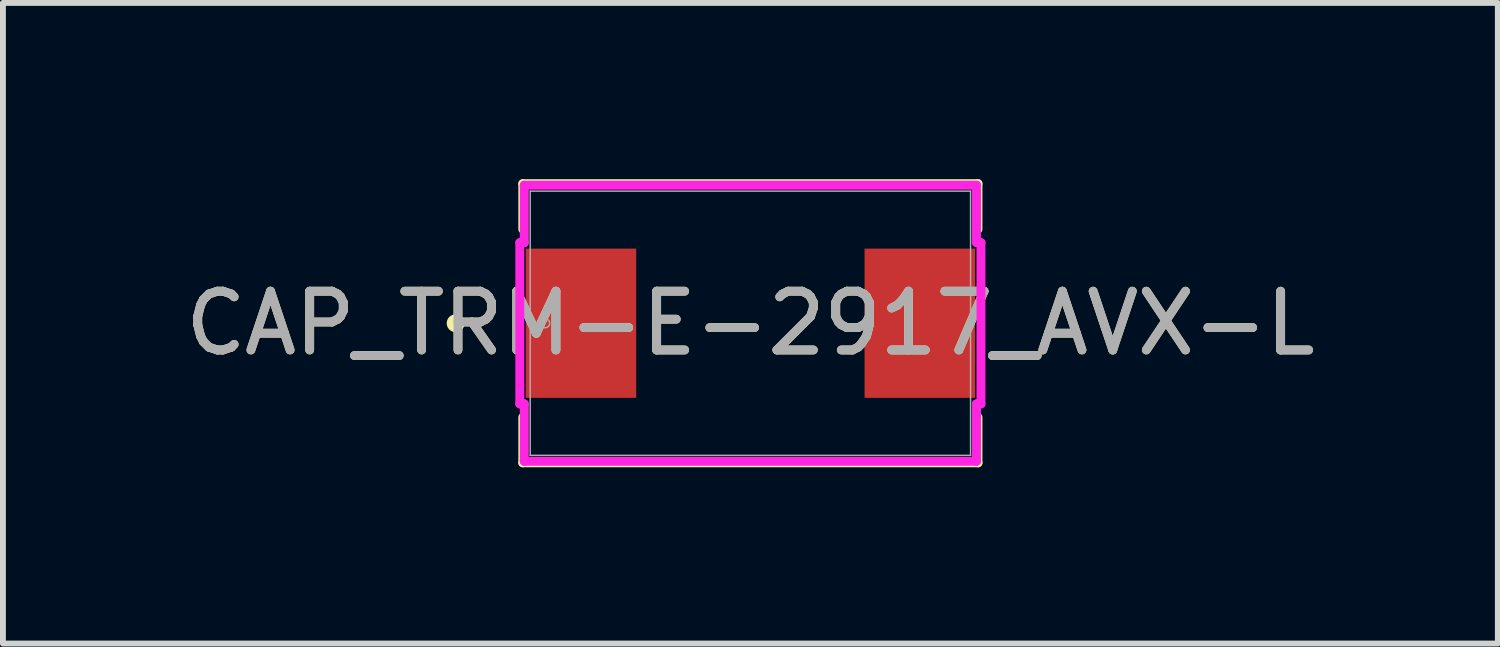
<source format=kicad_pcb>
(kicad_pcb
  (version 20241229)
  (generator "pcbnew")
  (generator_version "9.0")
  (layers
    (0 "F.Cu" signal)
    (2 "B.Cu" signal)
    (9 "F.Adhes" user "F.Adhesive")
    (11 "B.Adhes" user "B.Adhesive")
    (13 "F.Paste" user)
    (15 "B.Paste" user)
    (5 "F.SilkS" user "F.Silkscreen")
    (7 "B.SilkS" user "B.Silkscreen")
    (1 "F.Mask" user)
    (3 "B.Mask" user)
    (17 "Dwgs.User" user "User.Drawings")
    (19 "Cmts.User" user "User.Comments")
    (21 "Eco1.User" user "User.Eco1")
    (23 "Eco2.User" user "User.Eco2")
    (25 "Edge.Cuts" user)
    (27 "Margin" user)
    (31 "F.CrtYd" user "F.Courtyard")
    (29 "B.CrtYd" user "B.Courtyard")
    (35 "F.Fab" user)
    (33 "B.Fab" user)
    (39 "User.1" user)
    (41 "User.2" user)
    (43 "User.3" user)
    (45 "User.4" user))
  (footprint "CAP_TRM-E-2917_AVX-L"
    (layer "F.Cu")
    (at 9.72 2.451)
    (property "Reference" "CAP_TRM-E-2917_AVX-L" (at 0 0 0) (unlocked yes) (layer "F.SilkS") (effects (font (size 1 1) (thickness 0.15))))
    (attr smd)
    (fp_line (start -3.873 -2.375) (end -3.873 -1.599) (stroke (width 0.152) (type solid)) (layer "F.SilkS"))
    (fp_line (start -3.873 1.599) (end -3.873 2.375) (stroke (width 0.152) (type solid)) (layer "F.SilkS"))
    (fp_line (start -3.873 2.375) (end 3.873 2.375) (stroke (width 0.152) (type solid)) (layer "F.SilkS"))
    (fp_line (start 3.873 -2.375) (end -3.873 -2.375) (stroke (width 0.152) (type solid)) (layer "F.SilkS"))
    (fp_line (start 3.873 -1.599) (end 3.873 -2.375) (stroke (width 0.152) (type solid)) (layer "F.SilkS"))
    (fp_line (start 3.873 2.375) (end 3.873 1.599) (stroke (width 0.152) (type solid)) (layer "F.SilkS"))
    (fp_circle (center -5.016 0) (end -4.94 0) (stroke (width 0.152) (type solid)) (fill no) (layer "F.SilkS"))
    (fp_line (start -3.924 -1.372) (end -3.848 -1.372) (stroke (width 0.152) (type solid)) (layer "F.CrtYd"))
    (fp_line (start -3.924 1.372) (end -3.924 -1.372) (stroke (width 0.152) (type solid)) (layer "F.CrtYd"))
    (fp_line (start -3.848 -2.349) (end 3.848 -2.349) (stroke (width 0.152) (type solid)) (layer "F.CrtYd"))
    (fp_line (start -3.848 -1.372) (end -3.848 -2.349) (stroke (width 0.152) (type solid)) (layer "F.CrtYd"))
    (fp_line (start -3.848 1.372) (end -3.924 1.372) (stroke (width 0.152) (type solid)) (layer "F.CrtYd"))
    (fp_line (start -3.848 2.349) (end -3.848 1.372) (stroke (width 0.152) (type solid)) (layer "F.CrtYd"))
    (fp_line (start 3.848 -2.349) (end 3.848 -1.372) (stroke (width 0.152) (type solid)) (layer "F.CrtYd"))
    (fp_line (start 3.848 -1.372) (end 3.924 -1.372) (stroke (width 0.152) (type solid)) (layer "F.CrtYd"))
    (fp_line (start 3.848 1.372) (end 3.848 2.349) (stroke (width 0.152) (type solid)) (layer "F.CrtYd"))
    (fp_line (start 3.848 2.349) (end -3.848 2.349) (stroke (width 0.152) (type solid)) (layer "F.CrtYd"))
    (fp_line (start 3.924 -1.372) (end 3.924 1.372) (stroke (width 0.152) (type solid)) (layer "F.CrtYd"))
    (fp_line (start 3.924 1.372) (end 3.848 1.372) (stroke (width 0.152) (type solid)) (layer "F.CrtYd"))
    (fp_line (start -3.747 -2.248) (end -3.747 2.248) (stroke (width 0.025) (type solid)) (layer "F.Fab"))
    (fp_line (start -3.747 2.248) (end 3.747 2.248) (stroke (width 0.025) (type solid)) (layer "F.Fab"))
    (fp_line (start 3.747 -2.248) (end -3.747 -2.248) (stroke (width 0.025) (type solid)) (layer "F.Fab"))
    (fp_line (start 3.747 2.248) (end 3.747 -2.248) (stroke (width 0.025) (type solid)) (layer "F.Fab"))
    (fp_circle (center -3.493 0) (end -3.416 0) (stroke (width 0.025) (type solid)) (fill no) (layer "F.Fab"))
    (fp_text user "${REFERENCE}" (at 0 0 0) (unlocked yes) (layer "F.Fab") (effects (font (size 1 1) (thickness 0.15))))
    (pad "1" smd rect (at -2.883 0 90) (size 2.54 1.88) (layers "F.Cu" "F.Mask" "F.Paste"))
    (pad "2" smd rect (at 2.883 0 90) (size 2.54 1.88) (layers "F.Cu" "F.Mask" "F.Paste"))
    (zone (net_name "") (layer "F.Cu") (hatch full 0.508) (connect_pads) (min_thickness 0.254) (filled_areas_thickness no) (keepout (tracks not_allowed) (vias not_allowed) (pads allowed) (copperpour not_allowed) (footprints allowed)) (placement (enabled no)) (fill) (polygon (pts (xy 6.025 0.254) (xy 13.416 0.254) (xy 13.416 1.105) (xy 6.025 1.105))))
    (zone (net_name "") (layer "F.Cu") (hatch full 0.508) (connect_pads) (min_thickness 0.254) (filled_areas_thickness no) (keepout (tracks not_allowed) (vias not_allowed) (pads allowed) (copperpour not_allowed) (footprints allowed)) (placement (enabled no)) (fill) (polygon (pts (xy 6.025 3.797) (xy 13.416 3.797) (xy 13.416 4.648) (xy 6.025 4.648))))
    (zone (net_name "") (layer "F.Cu") (hatch full 0.508) (connect_pads) (min_thickness 0.254) (filled_areas_thickness no) (keepout (tracks not_allowed) (vias not_allowed) (pads allowed) (copperpour not_allowed) (footprints allowed)) (placement (enabled no)) (fill) (polygon (pts (xy 7.828 1.105) (xy 11.613 1.105) (xy 11.613 3.797) (xy 7.828 3.797)))))
  (gr_rect
    (start -3 -3)
    (end 22.44 7.902)
    (stroke (width 0.1) (type default))
    (fill no)
    (layer "Edge.Cuts")))
</source>
